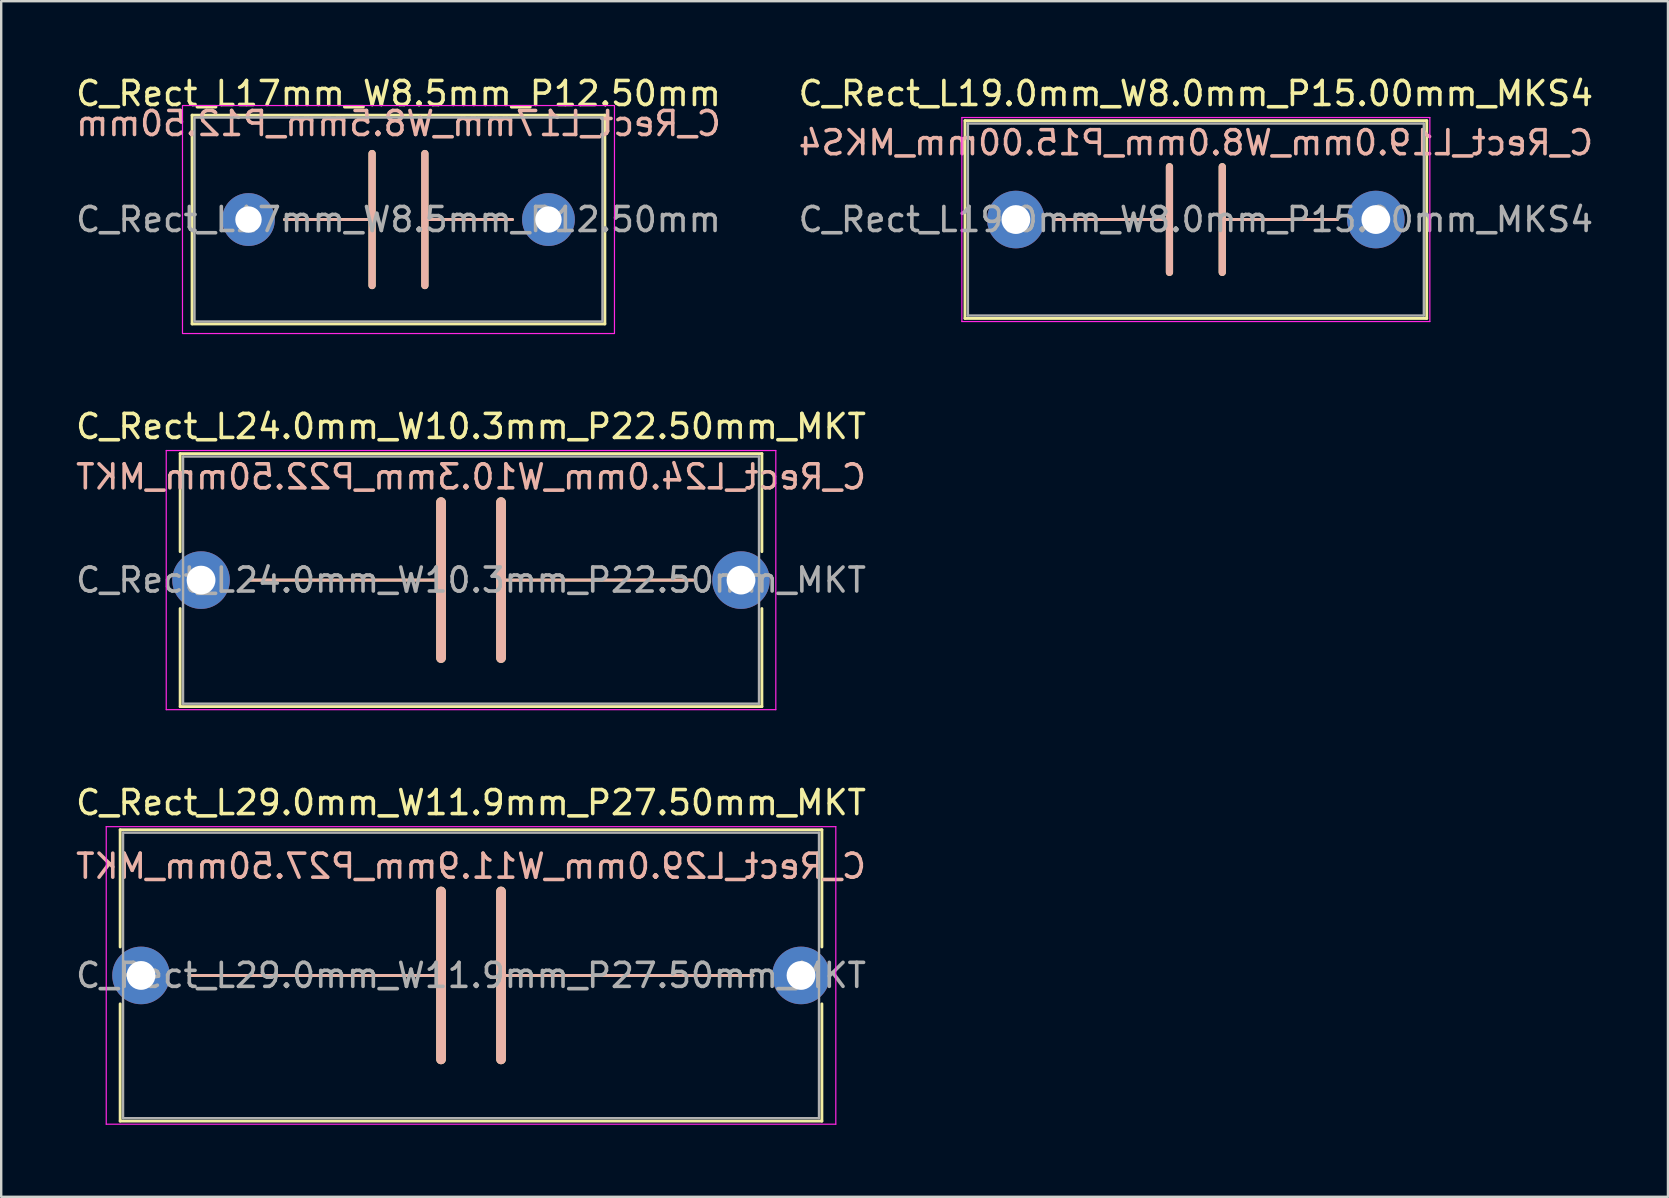
<source format=kicad_pcb>
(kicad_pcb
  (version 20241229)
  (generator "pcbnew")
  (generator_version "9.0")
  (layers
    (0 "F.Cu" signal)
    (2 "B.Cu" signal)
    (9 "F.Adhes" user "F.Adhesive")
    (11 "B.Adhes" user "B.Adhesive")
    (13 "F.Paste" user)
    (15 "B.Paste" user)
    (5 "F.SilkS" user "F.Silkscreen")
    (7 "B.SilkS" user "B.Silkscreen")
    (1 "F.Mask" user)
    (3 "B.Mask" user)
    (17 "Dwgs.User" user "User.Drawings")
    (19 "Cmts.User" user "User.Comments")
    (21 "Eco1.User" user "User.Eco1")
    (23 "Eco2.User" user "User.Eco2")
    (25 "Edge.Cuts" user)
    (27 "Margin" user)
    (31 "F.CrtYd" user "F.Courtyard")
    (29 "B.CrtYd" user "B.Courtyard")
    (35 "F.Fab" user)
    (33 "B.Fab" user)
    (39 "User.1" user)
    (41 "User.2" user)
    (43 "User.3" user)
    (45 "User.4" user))
  (footprint "C_Rect_L24.0mm_W10.3mm_P22.50mm_MKT"
    (layer "F.Cu")
    (at 5.327 21.122)
    (property "Reference" "C_Rect_L24.0mm_W10.3mm_P22.50mm_MKT" (at 11.25 -6.4 0) (layer "F.SilkS") (effects (font (size 1 1) (thickness 0.15))))
    (fp_line (start -0.87 -5.27) (end -0.87 -1.185) (stroke (width 0.12) (type solid)) (layer "F.SilkS"))
    (fp_line (start -0.87 -5.27) (end 23.37 -5.27) (stroke (width 0.12) (type solid)) (layer "F.SilkS"))
    (fp_line (start -0.87 1.185) (end -0.87 5.27) (stroke (width 0.12) (type solid)) (layer "F.SilkS"))
    (fp_line (start -0.87 5.27) (end 23.37 5.27) (stroke (width 0.12) (type solid)) (layer "F.SilkS"))
    (fp_line (start 2 0) (end 10 0) (stroke (width 0.12) (type solid)) (layer "F.SilkS"))
    (fp_line (start 10 -3.25) (end 10 3.25) (stroke (width 0.4) (type solid)) (layer "F.SilkS"))
    (fp_line (start 12.5 -3.25) (end 12.5 3.25) (stroke (width 0.4) (type solid)) (layer "F.SilkS"))
    (fp_line (start 12.5 0) (end 20.5 0) (stroke (width 0.12) (type solid)) (layer "F.SilkS"))
    (fp_line (start 23.37 -5.27) (end 23.37 -1.185) (stroke (width 0.12) (type solid)) (layer "F.SilkS"))
    (fp_line (start 23.37 1.185) (end 23.37 5.27) (stroke (width 0.12) (type solid)) (layer "F.SilkS"))
    (fp_line (start 2 0) (end 10 0) (stroke (width 0.12) (type solid)) (layer "B.SilkS"))
    (fp_line (start 10 3.25) (end 10 -3.25) (stroke (width 0.4) (type solid)) (layer "B.SilkS"))
    (fp_line (start 12.5 0) (end 20.5 0) (stroke (width 0.12) (type solid)) (layer "B.SilkS"))
    (fp_line (start 12.5 3.25) (end 12.5 -3.25) (stroke (width 0.4) (type solid)) (layer "B.SilkS"))
    (fp_line (start -1.45 -5.4) (end -1.45 5.4) (stroke (width 0.05) (type solid)) (layer "F.CrtYd"))
    (fp_line (start -1.45 5.4) (end 23.95 5.4) (stroke (width 0.05) (type solid)) (layer "F.CrtYd"))
    (fp_line (start 23.95 -5.4) (end -1.45 -5.4) (stroke (width 0.05) (type solid)) (layer "F.CrtYd"))
    (fp_line (start 23.95 5.4) (end 23.95 -5.4) (stroke (width 0.05) (type solid)) (layer "F.CrtYd"))
    (fp_line (start -0.75 -5.15) (end -0.75 5.15) (stroke (width 0.1) (type solid)) (layer "F.Fab"))
    (fp_line (start -0.75 5.15) (end 23.25 5.15) (stroke (width 0.1) (type solid)) (layer "F.Fab"))
    (fp_line (start 23.25 -5.15) (end -0.75 -5.15) (stroke (width 0.1) (type solid)) (layer "F.Fab"))
    (fp_line (start 23.25 5.15) (end 23.25 -5.15) (stroke (width 0.1) (type solid)) (layer "F.Fab"))
    (fp_text user "${REFERENCE}" (at 11.25 -4.3 0) (layer "B.SilkS") (effects (font (size 1 1) (thickness 0.15)) (justify mirror)))
    (fp_text user "${REFERENCE}" (at 11.25 0 0) (layer "F.Fab") (effects (font (size 1 1) (thickness 0.15))))
    (pad "1" thru_hole circle (at 0 0) (size 2.4 2.4) (drill 1.2) (layers "*.Cu" "*.Mask"))
    (pad "2" thru_hole circle (at 22.5 0) (size 2.4 2.4) (drill 1.2) (layers "*.Cu" "*.Mask")))
  (footprint "C_Rect_L19.0mm_W8.0mm_P15.00mm_MKS4"
    (layer "F.Cu")
    (at 39.28 6.098)
    (property "Reference" "C_Rect_L19.0mm_W8.0mm_P15.00mm_MKS4" (at 7.5 -5.25 0) (layer "F.SilkS") (effects (font (size 1 1) (thickness 0.15))))
    (fp_line (start -2.12 -4.12) (end -2.12 4.12) (stroke (width 0.12) (type solid)) (layer "F.SilkS"))
    (fp_line (start -2.12 -4.12) (end 17.12 -4.12) (stroke (width 0.12) (type solid)) (layer "F.SilkS"))
    (fp_line (start -2.12 4.12) (end 17.12 4.12) (stroke (width 0.12) (type solid)) (layer "F.SilkS"))
    (fp_line (start 1.6 0) (end 6.4 0) (stroke (width 0.12) (type solid)) (layer "F.SilkS"))
    (fp_line (start 6.4 -2.2) (end 6.4 2.2) (stroke (width 0.3) (type solid)) (layer "F.SilkS"))
    (fp_line (start 8.6 -2.2) (end 8.6 2.2) (stroke (width 0.3) (type solid)) (layer "F.SilkS"))
    (fp_line (start 8.6 0) (end 13.4 0) (stroke (width 0.12) (type solid)) (layer "F.SilkS"))
    (fp_line (start 17.12 -4.12) (end 17.12 4.12) (stroke (width 0.12) (type solid)) (layer "F.SilkS"))
    (fp_line (start 1.6 0) (end 6.4 0) (stroke (width 0.12) (type solid)) (layer "B.SilkS"))
    (fp_line (start 6.4 2.2) (end 6.4 -2.2) (stroke (width 0.3) (type solid)) (layer "B.SilkS"))
    (fp_line (start 8.6 0) (end 13.4 0) (stroke (width 0.12) (type solid)) (layer "B.SilkS"))
    (fp_line (start 8.6 2.2) (end 8.6 -2.2) (stroke (width 0.3) (type solid)) (layer "B.SilkS"))
    (fp_line (start -2.25 -4.25) (end -2.25 4.25) (stroke (width 0.05) (type solid)) (layer "F.CrtYd"))
    (fp_line (start -2.25 4.25) (end 17.25 4.25) (stroke (width 0.05) (type solid)) (layer "F.CrtYd"))
    (fp_line (start 17.25 -4.25) (end -2.25 -4.25) (stroke (width 0.05) (type solid)) (layer "F.CrtYd"))
    (fp_line (start 17.25 4.25) (end 17.25 -4.25) (stroke (width 0.05) (type solid)) (layer "F.CrtYd"))
    (fp_line (start -2 -4) (end -2 4) (stroke (width 0.1) (type solid)) (layer "F.Fab"))
    (fp_line (start -2 4) (end 17 4) (stroke (width 0.1) (type solid)) (layer "F.Fab"))
    (fp_line (start 17 -4) (end -2 -4) (stroke (width 0.1) (type solid)) (layer "F.Fab"))
    (fp_line (start 17 4) (end 17 -4) (stroke (width 0.1) (type solid)) (layer "F.Fab"))
    (fp_text user "${REFERENCE}" (at 7.5 -3.2 0) (layer "B.SilkS") (effects (font (size 1 1) (thickness 0.15)) (justify mirror)))
    (fp_text user "${REFERENCE}" (at 7.5 0 0) (layer "F.Fab") (effects (font (size 1 1) (thickness 0.15))))
    (pad "1" thru_hole circle (at 0 0) (size 2.4 2.4) (drill 1.2) (layers "*.Cu" "*.Mask"))
    (pad "2" thru_hole circle (at 15 0) (size 2.4 2.4) (drill 1.2) (layers "*.Cu" "*.Mask")))
  (footprint "C_Rect_L17mm_W8.5mm_P12.50mm"
    (layer "F.Cu")
    (at 7.304 6.098)
    (property "Reference" "C_Rect_L17mm_W8.5mm_P12.50mm" (at 6.25 -5.25 0) (layer "F.SilkS") (effects (font (size 1 1) (thickness 0.15))))
    (attr through_hole)
    (fp_line (start -2.35 -4.35) (end -2.35 4.35) (stroke (width 0.12) (type solid)) (layer "F.SilkS"))
    (fp_line (start -2.35 4.35) (end 14.85 4.35) (stroke (width 0.12) (type solid)) (layer "F.SilkS"))
    (fp_line (start 1.5 0) (end 5.15 0) (stroke (width 0.12) (type solid)) (layer "F.SilkS"))
    (fp_line (start 5.15 -2.75) (end 5.15 2.75) (stroke (width 0.3) (type solid)) (layer "F.SilkS"))
    (fp_line (start 7.35 -2.75) (end 7.35 2.75) (stroke (width 0.3) (type solid)) (layer "F.SilkS"))
    (fp_line (start 7.35 0) (end 11 0) (stroke (width 0.12) (type solid)) (layer "F.SilkS"))
    (fp_line (start 14.85 -4.35) (end -2.35 -4.35) (stroke (width 0.12) (type solid)) (layer "F.SilkS"))
    (fp_line (start 14.85 4.35) (end 14.85 -4.35) (stroke (width 0.12) (type solid)) (layer "F.SilkS"))
    (fp_line (start 1.5 0) (end 5.15 0) (stroke (width 0.12) (type solid)) (layer "B.SilkS"))
    (fp_line (start 5.15 2.75) (end 5.15 -2.75) (stroke (width 0.3) (type solid)) (layer "B.SilkS"))
    (fp_line (start 7.35 0) (end 11 0) (stroke (width 0.12) (type solid)) (layer "B.SilkS"))
    (fp_line (start 7.35 2.75) (end 7.35 -2.75) (stroke (width 0.3) (type solid)) (layer "B.SilkS"))
    (fp_rect (start -2.75 -4.75) (end 15.25 4.75) (stroke (width 0.05) (type solid)) (fill no) (layer "F.CrtYd"))
    (fp_rect (start -2.25 -4.25) (end 14.75 4.25) (stroke (width 0.1) (type solid)) (fill no) (layer "F.Fab"))
    (fp_text user "${REFERENCE}" (at 6.25 -4 0) (layer "B.SilkS") (effects (font (size 1 1) (thickness 0.15)) (justify mirror)))
    (fp_text user "${REFERENCE}" (at 6.25 0 0) (layer "F.Fab") (effects (font (size 1 1) (thickness 0.15))))
    (pad "1" thru_hole circle (at 0 0) (size 2.2 2.2) (drill 1.1) (layers "*.Cu" "*.Mask"))
    (pad "2" thru_hole circle (at 12.5 0) (size 2.2 2.2) (drill 1.1) (layers "*.Cu" "*.Mask")))
  (footprint "C_Rect_L29.0mm_W11.9mm_P27.50mm_MKT"
    (layer "F.Cu")
    (at 2.827 37.595)
    (property "Reference" "C_Rect_L29.0mm_W11.9mm_P27.50mm_MKT" (at 13.75 -7.2 0) (layer "F.SilkS") (effects (font (size 1 1) (thickness 0.15))))
    (fp_line (start -0.87 -6.07) (end -0.87 -1.185) (stroke (width 0.12) (type solid)) (layer "F.SilkS"))
    (fp_line (start -0.87 -6.07) (end 28.37 -6.07) (stroke (width 0.12) (type solid)) (layer "F.SilkS"))
    (fp_line (start -0.87 1.185) (end -0.87 6.07) (stroke (width 0.12) (type solid)) (layer "F.SilkS"))
    (fp_line (start -0.87 6.07) (end 28.37 6.07) (stroke (width 0.12) (type solid)) (layer "F.SilkS"))
    (fp_line (start 2 0) (end 12.5 0) (stroke (width 0.12) (type solid)) (layer "F.SilkS"))
    (fp_line (start 12.5 -3.5) (end 12.5 3.5) (stroke (width 0.4) (type solid)) (layer "F.SilkS"))
    (fp_line (start 15 -3.5) (end 15 3.5) (stroke (width 0.4) (type solid)) (layer "F.SilkS"))
    (fp_line (start 15 0) (end 25.5 0) (stroke (width 0.12) (type solid)) (layer "F.SilkS"))
    (fp_line (start 28.37 -6.07) (end 28.37 -1.185) (stroke (width 0.12) (type solid)) (layer "F.SilkS"))
    (fp_line (start 28.37 1.185) (end 28.37 6.07) (stroke (width 0.12) (type solid)) (layer "F.SilkS"))
    (fp_line (start 2 0) (end 12.5 0) (stroke (width 0.12) (type solid)) (layer "B.SilkS"))
    (fp_line (start 12.5 3.5) (end 12.5 -3.5) (stroke (width 0.4) (type solid)) (layer "B.SilkS"))
    (fp_line (start 15 0) (end 25.5 0) (stroke (width 0.12) (type solid)) (layer "B.SilkS"))
    (fp_line (start 15 3.5) (end 15 -3.5) (stroke (width 0.4) (type solid)) (layer "B.SilkS"))
    (fp_line (start -1.45 -6.2) (end -1.45 6.2) (stroke (width 0.05) (type solid)) (layer "F.CrtYd"))
    (fp_line (start -1.45 6.2) (end 28.95 6.2) (stroke (width 0.05) (type solid)) (layer "F.CrtYd"))
    (fp_line (start 28.95 -6.2) (end -1.45 -6.2) (stroke (width 0.05) (type solid)) (layer "F.CrtYd"))
    (fp_line (start 28.95 6.2) (end 28.95 -6.2) (stroke (width 0.05) (type solid)) (layer "F.CrtYd"))
    (fp_line (start -0.75 -5.95) (end -0.75 5.95) (stroke (width 0.1) (type solid)) (layer "F.Fab"))
    (fp_line (start -0.75 5.95) (end 28.25 5.95) (stroke (width 0.1) (type solid)) (layer "F.Fab"))
    (fp_line (start 28.25 -5.95) (end -0.75 -5.95) (stroke (width 0.1) (type solid)) (layer "F.Fab"))
    (fp_line (start 28.25 5.95) (end 28.25 -5.95) (stroke (width 0.1) (type solid)) (layer "F.Fab"))
    (fp_text user "${REFERENCE}" (at 13.75 -4.55 0) (layer "B.SilkS") (effects (font (size 1 1) (thickness 0.15)) (justify mirror)))
    (fp_text user "${REFERENCE}" (at 13.75 0 0) (layer "F.Fab") (effects (font (size 1 1) (thickness 0.15))))
    (pad "1" thru_hole circle (at 0 0) (size 2.4 2.4) (drill 1.2) (layers "*.Cu" "*.Mask"))
    (pad "2" thru_hole circle (at 27.5 0) (size 2.4 2.4) (drill 1.2) (layers "*.Cu" "*.Mask")))
  (gr_rect
    (start -3 -3)
    (end 66.452 46.82)
    (stroke (width 0.1) (type default))
    (fill no)
    (layer "Edge.Cuts")))
</source>
